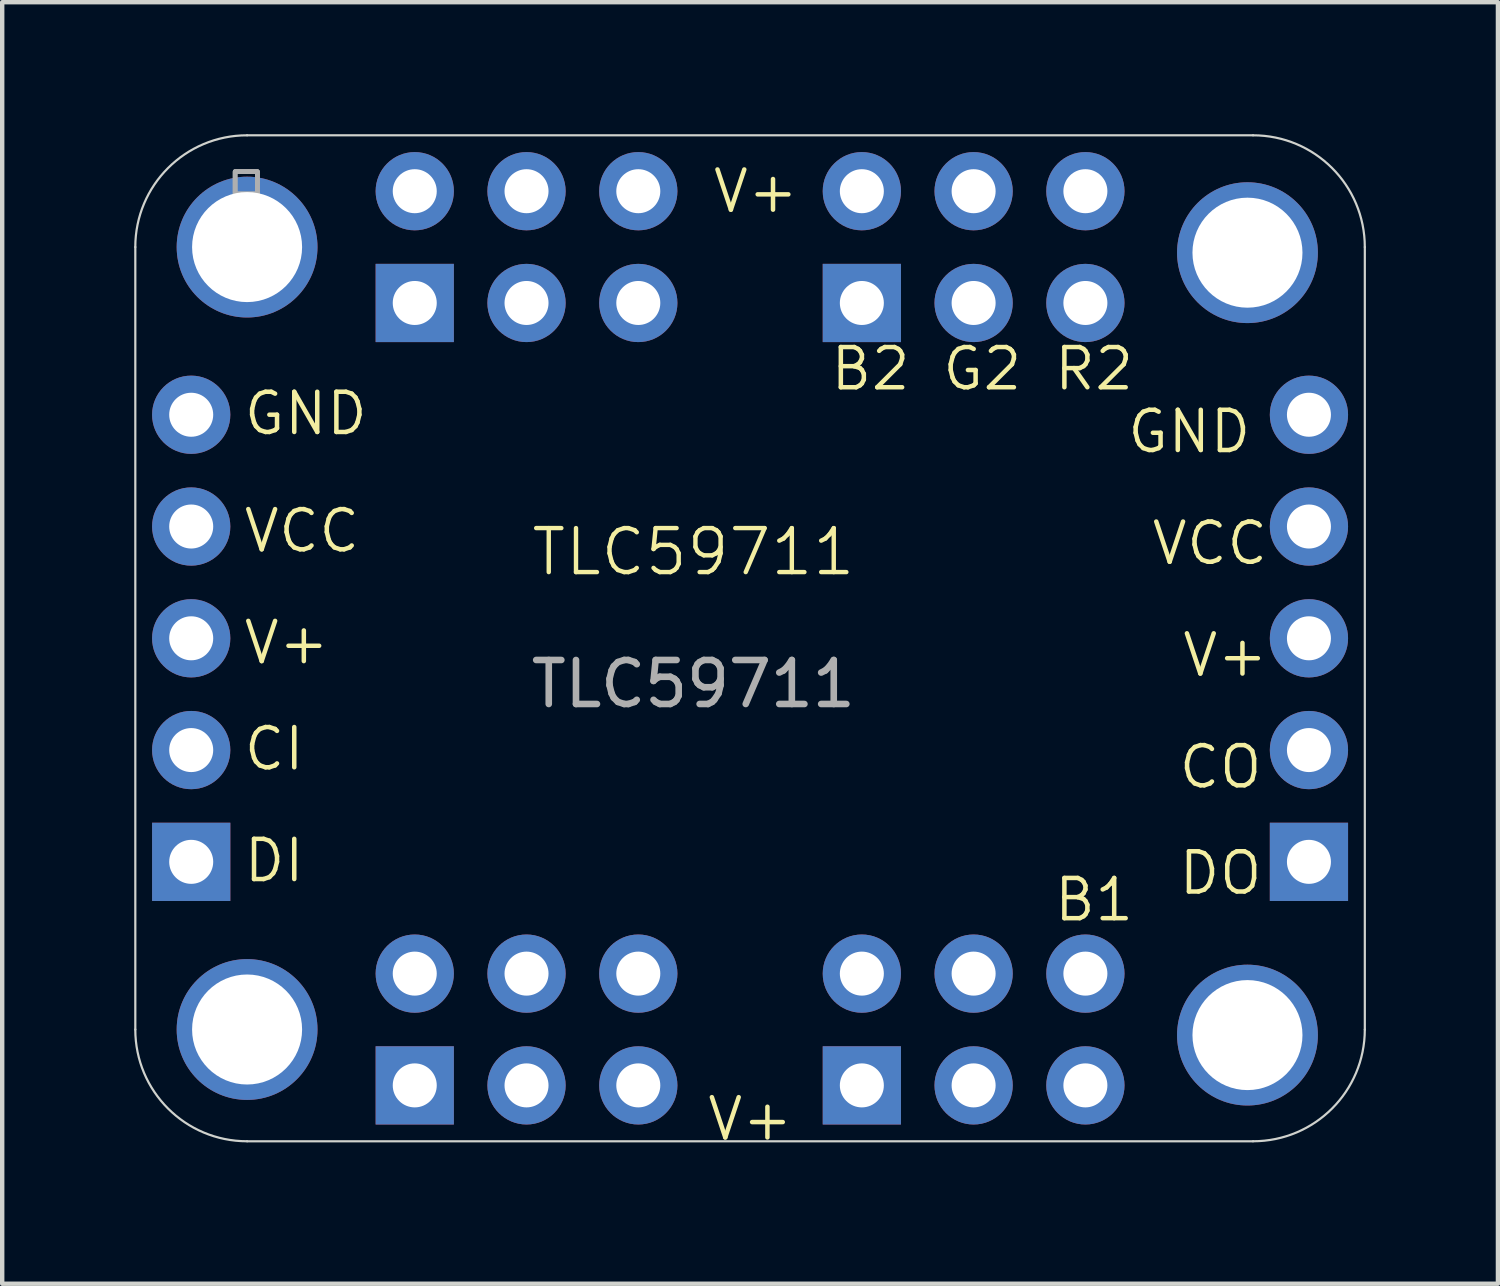
<source format=kicad_pcb>
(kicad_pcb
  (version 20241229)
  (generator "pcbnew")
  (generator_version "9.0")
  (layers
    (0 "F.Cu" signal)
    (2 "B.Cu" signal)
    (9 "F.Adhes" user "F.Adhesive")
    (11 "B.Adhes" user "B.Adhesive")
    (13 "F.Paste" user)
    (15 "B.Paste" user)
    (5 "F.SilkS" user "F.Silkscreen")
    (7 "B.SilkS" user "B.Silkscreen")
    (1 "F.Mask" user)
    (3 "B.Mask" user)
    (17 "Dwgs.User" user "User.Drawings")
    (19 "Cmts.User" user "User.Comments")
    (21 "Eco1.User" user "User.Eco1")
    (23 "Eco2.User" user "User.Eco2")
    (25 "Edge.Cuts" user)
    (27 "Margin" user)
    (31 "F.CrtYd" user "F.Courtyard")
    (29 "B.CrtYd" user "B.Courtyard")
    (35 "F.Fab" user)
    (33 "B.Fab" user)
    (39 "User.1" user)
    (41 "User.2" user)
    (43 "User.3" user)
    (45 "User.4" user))
  (footprint "TLC59711"
    (layer "F.Cu")
    (at 12.706 9.993)
    (property "Reference" "TLC59711" (at 0 -0.5 0) (unlocked yes) (layer "F.SilkS") (effects (font (size 1 1) (thickness 0.1))))
    (attr smd)
    (fp_line (start -12.681 -7.428) (end -12.681 10.352) (stroke (width 0.05) (type solid)) (layer "Edge.Cuts"))
    (fp_line (start -10.141 12.892) (end 12.719 12.892) (stroke (width 0.05) (type solid)) (layer "Edge.Cuts"))
    (fp_line (start 12.719 -9.968) (end -10.141 -9.968) (stroke (width 0.05) (type solid)) (layer "Edge.Cuts"))
    (fp_line (start 15.259 10.352) (end 15.259 -7.428) (stroke (width 0.05) (type solid)) (layer "Edge.Cuts"))
    (fp_arc (start -12.681448 -7.428311) (mid -11.937499 -9.224362) (end -10.141448 -9.968311) (stroke (width 0.05) (type solid)) (layer "Edge.Cuts"))
    (fp_arc (start -10.141448 12.891689) (mid -11.937499 12.14774) (end -12.681448 10.351689) (stroke (width 0.05) (type solid)) (layer "Edge.Cuts"))
    (fp_arc (start 12.718552 -9.968311) (mid 14.514602 -9.224362) (end 15.258552 -7.428311) (stroke (width 0.05) (type solid)) (layer "Edge.Cuts"))
    (fp_arc (start 15.258552 10.351689) (mid 14.514604 12.147742) (end 12.718552 12.891689) (stroke (width 0.05) (type solid)) (layer "Edge.Cuts"))
    (fp_poly (pts (xy -10.414 -8.636) (xy -9.906 -8.636) (xy -9.906 -9.144) (xy -10.414 -9.144)) (stroke (width 0.1) (type default)) (fill no) (layer "F.Fab"))
    (fp_poly (pts (xy -10.414 -8.636) (xy -9.906 -8.636) (xy -9.906 -9.144) (xy -10.414 -9.144)) (stroke (width 0.1) (type default)) (fill no) (layer "F.Fab"))
    (fp_poly (pts (xy -10.414 -8.636) (xy -9.906 -8.636) (xy -9.906 -9.144) (xy -10.414 -9.144)) (stroke (width 0.1) (type default)) (fill no) (layer "F.Fab"))
    (fp_poly (pts (xy -10.414 -8.636) (xy -9.906 -8.636) (xy -9.906 -9.144) (xy -10.414 -9.144)) (stroke (width 0.1) (type default)) (fill no) (layer "F.Fab"))
    (fp_text user "DI" (at -10.268 7.05 0) (unlocked yes) (layer "F.SilkS") (effects (font (size 0.914 0.914) (thickness 0.102)) (justify left bottom)))
    (fp_text user "B2" (at 3.067 -4.126 0) (unlocked yes) (layer "F.SilkS") (effects (font (size 0.914 0.914) (thickness 0.102)) (justify left bottom)))
    (fp_text user "B1" (at 8.147 7.939 0) (unlocked yes) (layer "F.SilkS") (effects (font (size 0.914 0.914) (thickness 0.102)) (justify left bottom)))
    (fp_text user "V+" (at 0.267 12.921 0) (unlocked yes) (layer "F.SilkS") (effects (font (size 0.914 0.914) (thickness 0.102)) (justify left bottom)))
    (fp_text user "R2" (at 8.147 -4.126 0) (unlocked yes) (layer "F.SilkS") (effects (font (size 0.914 0.914) (thickness 0.102)) (justify left bottom)))
    (fp_text user "V+" (at -10.268 2.097 0) (unlocked yes) (layer "F.SilkS") (effects (font (size 0.914 0.914) (thickness 0.102)) (justify left bottom)))
    (fp_text user "GND" (at 9.81 -2.7 0) (unlocked yes) (layer "F.SilkS") (effects (font (size 0.914 0.914) (thickness 0.102)) (justify left bottom)))
    (fp_text user "VCC" (at 10.365 -0.16 0) (unlocked yes) (layer "F.SilkS") (effects (font (size 0.914 0.914) (thickness 0.102)) (justify left bottom)))
    (fp_text user "DO" (at 10.978 7.333 0) (unlocked yes) (layer "F.SilkS") (effects (font (size 0.914 0.914) (thickness 0.102)) (justify left bottom)))
    (fp_text user "CO" (at 10.978 4.92 0) (unlocked yes) (layer "F.SilkS") (effects (font (size 0.914 0.914) (thickness 0.102)) (justify left bottom)))
    (fp_text user "CI" (at -10.268 4.51 0) (unlocked yes) (layer "F.SilkS") (effects (font (size 0.914 0.914) (thickness 0.102)) (justify left bottom)))
    (fp_text user "V+" (at 11.062 2.38 0) (unlocked yes) (layer "F.SilkS") (effects (font (size 0.914 0.914) (thickness 0.102)) (justify left bottom)))
    (fp_text user "G2" (at 5.607 -4.126 0) (unlocked yes) (layer "F.SilkS") (effects (font (size 0.914 0.914) (thickness 0.102)) (justify left bottom)))
    (fp_text user "V+" (at 0.394 -8.161 0) (unlocked yes) (layer "F.SilkS") (effects (font (size 0.914 0.914) (thickness 0.102)) (justify left bottom)))
    (fp_text user "VCC" (at -10.268 -0.443 0) (unlocked yes) (layer "F.SilkS") (effects (font (size 0.914 0.914) (thickness 0.102)) (justify left bottom)))
    (fp_text user "GND" (at -10.268 -3.11 0) (unlocked yes) (layer "F.SilkS") (effects (font (size 0.914 0.914) (thickness 0.102)) (justify left bottom)))
    (fp_text user "${REFERENCE}" (at 0 2.5 0) (unlocked yes) (layer "F.Fab") (effects (font (size 1 1) (thickness 0.15))))
    (pad "JP2_1" thru_hole rect (at -6.331 11.622 90) (size 1.778 1.778) (drill 1) (layers "*.Cu" "*.Mask"))
    (pad "JP2_2" thru_hole circle (at -6.331 9.082 90) (size 1.778 1.778) (drill 1) (layers "*.Cu" "*.Mask"))
    (pad "JP2_3" thru_hole circle (at -3.791 11.622 90) (size 1.778 1.778) (drill 1) (layers "*.Cu" "*.Mask"))
    (pad "JP2_4" thru_hole circle (at -3.791 9.082 90) (size 1.778 1.778) (drill 1) (layers "*.Cu" "*.Mask"))
    (pad "JP2_5" thru_hole circle (at -1.251 11.622 90) (size 1.778 1.778) (drill 1) (layers "*.Cu" "*.Mask"))
    (pad "JP2_6" thru_hole circle (at -1.251 9.082 90) (size 1.778 1.778) (drill 1) (layers "*.Cu" "*.Mask"))
    (pad "JP3_1" thru_hole rect (at 3.829 11.622 90) (size 1.778 1.778) (drill 1) (layers "*.Cu" "*.Mask"))
    (pad "JP3_2" thru_hole circle (at 3.829 9.082 90) (size 1.778 1.778) (drill 1) (layers "*.Cu" "*.Mask"))
    (pad "JP3_3" thru_hole circle (at 6.369 11.622 90) (size 1.778 1.778) (drill 1) (layers "*.Cu" "*.Mask"))
    (pad "JP3_4" thru_hole circle (at 6.369 9.082 90) (size 1.778 1.778) (drill 1) (layers "*.Cu" "*.Mask"))
    (pad "JP3_5" thru_hole circle (at 8.909 11.622 90) (size 1.778 1.778) (drill 1) (layers "*.Cu" "*.Mask"))
    (pad "JP3_6" thru_hole circle (at 8.909 9.082 90) (size 1.778 1.778) (drill 1) (layers "*.Cu" "*.Mask"))
    (pad "JP6_1" thru_hole rect (at -6.331 -6.158 90) (size 1.778 1.778) (drill 1) (layers "*.Cu" "*.Mask"))
    (pad "JP6_2" thru_hole circle (at -6.331 -8.698 90) (size 1.778 1.778) (drill 1) (layers "*.Cu" "*.Mask"))
    (pad "JP6_3" thru_hole circle (at -3.791 -6.158 90) (size 1.778 1.778) (drill 1) (layers "*.Cu" "*.Mask"))
    (pad "JP6_4" thru_hole circle (at -3.791 -8.698 90) (size 1.778 1.778) (drill 1) (layers "*.Cu" "*.Mask"))
    (pad "JP6_5" thru_hole circle (at -1.251 -6.158 90) (size 1.778 1.778) (drill 1) (layers "*.Cu" "*.Mask"))
    (pad "JP6_6" thru_hole circle (at -1.251 -8.698 90) (size 1.778 1.778) (drill 1) (layers "*.Cu" "*.Mask"))
    (pad "JP7_1" thru_hole rect (at 3.829 -6.158 90) (size 1.778 1.778) (drill 1) (layers "*.Cu" "*.Mask"))
    (pad "JP7_2" thru_hole circle (at 3.829 -8.698 90) (size 1.778 1.778) (drill 1) (layers "*.Cu" "*.Mask"))
    (pad "JP7_3" thru_hole circle (at 6.369 -6.158 90) (size 1.778 1.778) (drill 1) (layers "*.Cu" "*.Mask"))
    (pad "JP7_4" thru_hole circle (at 6.369 -8.698 90) (size 1.778 1.778) (drill 1) (layers "*.Cu" "*.Mask"))
    (pad "JP7_5" thru_hole circle (at 8.909 -6.158 90) (size 1.778 1.778) (drill 1) (layers "*.Cu" "*.Mask"))
    (pad "JP7_6" thru_hole circle (at 8.909 -8.698 90) (size 1.778 1.778) (drill 1) (layers "*.Cu" "*.Mask"))
    (pad "L1" thru_hole rect (at -11.411 6.542 180) (size 1.778 1.778) (drill 1) (layers "*.Cu" "*.Mask"))
    (pad "L2" thru_hole circle (at -11.411 4.002 180) (size 1.778 1.778) (drill 1) (layers "*.Cu" "*.Mask"))
    (pad "L3" thru_hole circle (at -11.411 1.462 180) (size 1.778 1.778) (drill 1) (layers "*.Cu" "*.Mask"))
    (pad "L4" thru_hole circle (at -11.411 -1.078 180) (size 1.778 1.778) (drill 1) (layers "*.Cu" "*.Mask"))
    (pad "L5" thru_hole circle (at -11.411 -3.618 180) (size 1.778 1.778) (drill 1) (layers "*.Cu" "*.Mask"))
    (pad "P$1" thru_hole circle (at -10.141 -7.428) (size 3.2 3.2) (drill 2.5) (layers "*.Cu" "*.Mask"))
    (pad "P$1" thru_hole circle (at -10.141 10.352) (size 3.2 3.2) (drill 2.5) (layers "*.Cu" "*.Mask"))
    (pad "P$1" thru_hole circle (at 12.592 -7.301) (size 3.2 3.2) (drill 2.5) (layers "*.Cu" "*.Mask"))
    (pad "P$1" thru_hole circle (at 12.592 10.479) (size 3.2 3.2) (drill 2.5) (layers "*.Cu" "*.Mask"))
    (pad "R1" thru_hole rect (at 13.989 6.542 180) (size 1.778 1.778) (drill 1) (layers "*.Cu" "*.Mask"))
    (pad "R2" thru_hole circle (at 13.989 4.002 180) (size 1.778 1.778) (drill 1) (layers "*.Cu" "*.Mask"))
    (pad "R3" thru_hole circle (at 13.989 1.462 180) (size 1.778 1.778) (drill 1) (layers "*.Cu" "*.Mask"))
    (pad "R4" thru_hole circle (at 13.989 -1.078 180) (size 1.778 1.778) (drill 1) (layers "*.Cu" "*.Mask"))
    (pad "R5" thru_hole circle (at 13.989 -3.618 180) (size 1.778 1.778) (drill 1) (layers "*.Cu" "*.Mask"))
    (zone (net_name "") (layer "F.Cu") (hatch edge 0.5) (connect_pads) (min_thickness 0.25) (filled_areas_thickness no) (keepout (tracks not_allowed) (vias not_allowed) (pads not_allowed) (copperpour not_allowed) (footprints allowed)) (placement (enabled no)) (fill) (polygon (pts (xy 4.581 2.565) (xy 4.561 2.284) (xy 4.503 2.009) (xy 4.407 1.745) (xy 4.275 1.497) (xy 4.109 1.269) (xy 3.914 1.067) (xy 3.692 0.894) (xy 3.449 0.753) (xy 3.188 0.648) (xy 2.915 0.58) (xy 2.635 0.55) (xy 2.354 0.56) (xy 2.077 0.609) (xy 1.81 0.696) (xy 1.557 0.819) (xy 1.324 0.976) (xy 1.115 1.165) (xy 0.934 1.38) (xy 0.785 1.619) (xy 0.671 1.875) (xy 0.593 2.146) (xy 0.554 2.424) (xy 0.554 2.706) (xy 0.593 2.984) (xy 0.671 3.255) (xy 0.785 3.511) (xy 0.934 3.75) (xy 1.115 3.965) (xy 1.324 4.154) (xy 1.557 4.311) (xy 1.81 4.434) (xy 2.077 4.521) (xy 2.354 4.57) (xy 2.635 4.58) (xy 2.915 4.55) (xy 3.188 4.482) (xy 3.449 4.377) (xy 3.692 4.236) (xy 3.914 4.063) (xy 4.109 3.861) (xy 4.275 3.633) (xy 4.407 3.385) (xy 4.503 3.121) (xy 4.561 2.846))) (polygon (pts (xy 2.549 2.565) (xy 2.554 2.576) (xy 2.565 2.581) (xy 2.576 2.576) (xy 2.581 2.565) (xy 2.576 2.554) (xy 2.565 2.549) (xy 2.554 2.554))))
    (zone (net_name "") (layer "F.Cu") (hatch edge 0.5) (connect_pads) (min_thickness 0.25) (filled_areas_thickness no) (keepout (tracks not_allowed) (vias not_allowed) (pads not_allowed) (copperpour not_allowed) (footprints allowed)) (placement (enabled no)) (fill) (polygon (pts (xy 4.581 20.345) (xy 4.561 20.064) (xy 4.503 19.789) (xy 4.407 19.525) (xy 4.275 19.277) (xy 4.109 19.049) (xy 3.914 18.847) (xy 3.692 18.674) (xy 3.449 18.533) (xy 3.188 18.428) (xy 2.915 18.36) (xy 2.635 18.33) (xy 2.354 18.34) (xy 2.077 18.389) (xy 1.81 18.476) (xy 1.557 18.599) (xy 1.324 18.756) (xy 1.115 18.945) (xy 0.934 19.16) (xy 0.785 19.399) (xy 0.671 19.655) (xy 0.593 19.926) (xy 0.554 20.204) (xy 0.554 20.486) (xy 0.593 20.764) (xy 0.671 21.035) (xy 0.785 21.291) (xy 0.934 21.53) (xy 1.115 21.745) (xy 1.324 21.934) (xy 1.557 22.091) (xy 1.81 22.214) (xy 2.077 22.301) (xy 2.354 22.35) (xy 2.635 22.36) (xy 2.915 22.33) (xy 3.188 22.262) (xy 3.449 22.157) (xy 3.692 22.016) (xy 3.914 21.843) (xy 4.109 21.641) (xy 4.275 21.413) (xy 4.407 21.165) (xy 4.503 20.901) (xy 4.561 20.626))) (polygon (pts (xy 2.549 20.345) (xy 2.554 20.356) (xy 2.565 20.361) (xy 2.576 20.356) (xy 2.581 20.345) (xy 2.576 20.334) (xy 2.565 20.329) (xy 2.554 20.334))))
    (zone (net_name "") (layer "F.Cu") (hatch edge 0.5) (connect_pads) (min_thickness 0.25) (filled_areas_thickness no) (keepout (tracks not_allowed) (vias not_allowed) (pads not_allowed) (copperpour not_allowed) (footprints allowed)) (placement (enabled no)) (fill) (polygon (pts (xy 27.314 2.692) (xy 27.294 2.411) (xy 27.236 2.136) (xy 27.14 1.872) (xy 27.008 1.624) (xy 26.842 1.396) (xy 26.647 1.194) (xy 26.425 1.021) (xy 26.182 0.88) (xy 25.921 0.775) (xy 25.648 0.707) (xy 25.368 0.677) (xy 25.087 0.687) (xy 24.81 0.736) (xy 24.543 0.823) (xy 24.29 0.946) (xy 24.057 1.103) (xy 23.848 1.292) (xy 23.667 1.507) (xy 23.518 1.746) (xy 23.404 2.002) (xy 23.326 2.273) (xy 23.287 2.551) (xy 23.287 2.833) (xy 23.326 3.111) (xy 23.404 3.382) (xy 23.518 3.638) (xy 23.667 3.877) (xy 23.848 4.092) (xy 24.057 4.281) (xy 24.29 4.438) (xy 24.543 4.561) (xy 24.81 4.648) (xy 25.087 4.697) (xy 25.368 4.707) (xy 25.648 4.677) (xy 25.921 4.609) (xy 26.182 4.504) (xy 26.425 4.363) (xy 26.647 4.19) (xy 26.842 3.988) (xy 27.008 3.76) (xy 27.14 3.512) (xy 27.236 3.248) (xy 27.294 2.973))) (polygon (pts (xy 25.282 2.692) (xy 25.287 2.703) (xy 25.298 2.708) (xy 25.309 2.703) (xy 25.314 2.692) (xy 25.309 2.681) (xy 25.298 2.676) (xy 25.287 2.681))))
    (zone (net_name "") (layer "F.Cu") (hatch edge 0.5) (connect_pads) (min_thickness 0.25) (filled_areas_thickness no) (keepout (tracks not_allowed) (vias not_allowed) (pads not_allowed) (copperpour not_allowed) (footprints allowed)) (placement (enabled no)) (fill) (polygon (pts (xy 27.314 20.472) (xy 27.294 20.191) (xy 27.236 19.916) (xy 27.14 19.652) (xy 27.008 19.404) (xy 26.842 19.176) (xy 26.647 18.974) (xy 26.425 18.801) (xy 26.182 18.66) (xy 25.921 18.555) (xy 25.648 18.487) (xy 25.368 18.457) (xy 25.087 18.467) (xy 24.81 18.516) (xy 24.543 18.603) (xy 24.29 18.726) (xy 24.057 18.883) (xy 23.848 19.072) (xy 23.667 19.287) (xy 23.518 19.526) (xy 23.404 19.782) (xy 23.326 20.053) (xy 23.287 20.331) (xy 23.287 20.613) (xy 23.326 20.891) (xy 23.404 21.162) (xy 23.518 21.418) (xy 23.667 21.657) (xy 23.848 21.872) (xy 24.057 22.061) (xy 24.29 22.218) (xy 24.543 22.341) (xy 24.81 22.428) (xy 25.087 22.477) (xy 25.368 22.487) (xy 25.648 22.457) (xy 25.921 22.389) (xy 26.182 22.284) (xy 26.425 22.143) (xy 26.647 21.97) (xy 26.842 21.768) (xy 27.008 21.54) (xy 27.14 21.292) (xy 27.236 21.028) (xy 27.294 20.753))) (polygon (pts (xy 25.282 20.472) (xy 25.287 20.483) (xy 25.298 20.488) (xy 25.309 20.483) (xy 25.314 20.472) (xy 25.309 20.461) (xy 25.298 20.456) (xy 25.287 20.461))))
    (zone (net_name "") (layer "B.Cu") (hatch edge 0.5) (connect_pads) (min_thickness 0.25) (filled_areas_thickness no) (keepout (tracks not_allowed) (vias not_allowed) (pads not_allowed) (copperpour not_allowed) (footprints allowed)) (placement (enabled no)) (fill) (polygon (pts (xy 4.581 2.565) (xy 4.561 2.284) (xy 4.503 2.009) (xy 4.407 1.745) (xy 4.275 1.497) (xy 4.109 1.269) (xy 3.914 1.067) (xy 3.692 0.894) (xy 3.449 0.753) (xy 3.188 0.648) (xy 2.915 0.58) (xy 2.635 0.55) (xy 2.354 0.56) (xy 2.077 0.609) (xy 1.81 0.696) (xy 1.557 0.819) (xy 1.324 0.976) (xy 1.115 1.165) (xy 0.934 1.38) (xy 0.785 1.619) (xy 0.671 1.875) (xy 0.593 2.146) (xy 0.554 2.424) (xy 0.554 2.706) (xy 0.593 2.984) (xy 0.671 3.255) (xy 0.785 3.511) (xy 0.934 3.75) (xy 1.115 3.965) (xy 1.324 4.154) (xy 1.557 4.311) (xy 1.81 4.434) (xy 2.077 4.521) (xy 2.354 4.57) (xy 2.635 4.58) (xy 2.915 4.55) (xy 3.188 4.482) (xy 3.449 4.377) (xy 3.692 4.236) (xy 3.914 4.063) (xy 4.109 3.861) (xy 4.275 3.633) (xy 4.407 3.385) (xy 4.503 3.121) (xy 4.561 2.846))) (polygon (pts (xy 2.549 2.565) (xy 2.554 2.576) (xy 2.565 2.581) (xy 2.576 2.576) (xy 2.581 2.565) (xy 2.576 2.554) (xy 2.565 2.549) (xy 2.554 2.554))))
    (zone (net_name "") (layer "B.Cu") (hatch edge 0.5) (connect_pads) (min_thickness 0.25) (filled_areas_thickness no) (keepout (tracks not_allowed) (vias not_allowed) (pads not_allowed) (copperpour not_allowed) (footprints allowed)) (placement (enabled no)) (fill) (polygon (pts (xy 4.581 20.345) (xy 4.561 20.064) (xy 4.503 19.789) (xy 4.407 19.525) (xy 4.275 19.277) (xy 4.109 19.049) (xy 3.914 18.847) (xy 3.692 18.674) (xy 3.449 18.533) (xy 3.188 18.428) (xy 2.915 18.36) (xy 2.635 18.33) (xy 2.354 18.34) (xy 2.077 18.389) (xy 1.81 18.476) (xy 1.557 18.599) (xy 1.324 18.756) (xy 1.115 18.945) (xy 0.934 19.16) (xy 0.785 19.399) (xy 0.671 19.655) (xy 0.593 19.926) (xy 0.554 20.204) (xy 0.554 20.486) (xy 0.593 20.764) (xy 0.671 21.035) (xy 0.785 21.291) (xy 0.934 21.53) (xy 1.115 21.745) (xy 1.324 21.934) (xy 1.557 22.091) (xy 1.81 22.214) (xy 2.077 22.301) (xy 2.354 22.35) (xy 2.635 22.36) (xy 2.915 22.33) (xy 3.188 22.262) (xy 3.449 22.157) (xy 3.692 22.016) (xy 3.914 21.843) (xy 4.109 21.641) (xy 4.275 21.413) (xy 4.407 21.165) (xy 4.503 20.901) (xy 4.561 20.626))) (polygon (pts (xy 2.549 20.345) (xy 2.554 20.356) (xy 2.565 20.361) (xy 2.576 20.356) (xy 2.581 20.345) (xy 2.576 20.334) (xy 2.565 20.329) (xy 2.554 20.334))))
    (zone (net_name "") (layer "B.Cu") (hatch edge 0.5) (connect_pads) (min_thickness 0.25) (filled_areas_thickness no) (keepout (tracks not_allowed) (vias not_allowed) (pads not_allowed) (copperpour not_allowed) (footprints allowed)) (placement (enabled no)) (fill) (polygon (pts (xy 27.314 2.692) (xy 27.294 2.411) (xy 27.236 2.136) (xy 27.14 1.872) (xy 27.008 1.624) (xy 26.842 1.396) (xy 26.647 1.194) (xy 26.425 1.021) (xy 26.182 0.88) (xy 25.921 0.775) (xy 25.648 0.707) (xy 25.368 0.677) (xy 25.087 0.687) (xy 24.81 0.736) (xy 24.543 0.823) (xy 24.29 0.946) (xy 24.057 1.103) (xy 23.848 1.292) (xy 23.667 1.507) (xy 23.518 1.746) (xy 23.404 2.002) (xy 23.326 2.273) (xy 23.287 2.551) (xy 23.287 2.833) (xy 23.326 3.111) (xy 23.404 3.382) (xy 23.518 3.638) (xy 23.667 3.877) (xy 23.848 4.092) (xy 24.057 4.281) (xy 24.29 4.438) (xy 24.543 4.561) (xy 24.81 4.648) (xy 25.087 4.697) (xy 25.368 4.707) (xy 25.648 4.677) (xy 25.921 4.609) (xy 26.182 4.504) (xy 26.425 4.363) (xy 26.647 4.19) (xy 26.842 3.988) (xy 27.008 3.76) (xy 27.14 3.512) (xy 27.236 3.248) (xy 27.294 2.973))) (polygon (pts (xy 25.282 2.692) (xy 25.287 2.703) (xy 25.298 2.708) (xy 25.309 2.703) (xy 25.314 2.692) (xy 25.309 2.681) (xy 25.298 2.676) (xy 25.287 2.681))))
    (zone (net_name "") (layer "B.Cu") (hatch edge 0.5) (connect_pads) (min_thickness 0.25) (filled_areas_thickness no) (keepout (tracks not_allowed) (vias not_allowed) (pads not_allowed) (copperpour not_allowed) (footprints allowed)) (placement (enabled no)) (fill) (polygon (pts (xy 27.314 20.472) (xy 27.294 20.191) (xy 27.236 19.916) (xy 27.14 19.652) (xy 27.008 19.404) (xy 26.842 19.176) (xy 26.647 18.974) (xy 26.425 18.801) (xy 26.182 18.66) (xy 25.921 18.555) (xy 25.648 18.487) (xy 25.368 18.457) (xy 25.087 18.467) (xy 24.81 18.516) (xy 24.543 18.603) (xy 24.29 18.726) (xy 24.057 18.883) (xy 23.848 19.072) (xy 23.667 19.287) (xy 23.518 19.526) (xy 23.404 19.782) (xy 23.326 20.053) (xy 23.287 20.331) (xy 23.287 20.613) (xy 23.326 20.891) (xy 23.404 21.162) (xy 23.518 21.418) (xy 23.667 21.657) (xy 23.848 21.872) (xy 24.057 22.061) (xy 24.29 22.218) (xy 24.543 22.341) (xy 24.81 22.428) (xy 25.087 22.477) (xy 25.368 22.487) (xy 25.648 22.457) (xy 25.921 22.389) (xy 26.182 22.284) (xy 26.425 22.143) (xy 26.647 21.97) (xy 26.842 21.768) (xy 27.008 21.54) (xy 27.14 21.292) (xy 27.236 21.028) (xy 27.294 20.753))) (polygon (pts (xy 25.282 20.472) (xy 25.287 20.483) (xy 25.298 20.488) (xy 25.309 20.483) (xy 25.314 20.472) (xy 25.309 20.461) (xy 25.298 20.456) (xy 25.287 20.461)))))
  (gr_rect
    (start -3 -3)
    (end 30.99 26.122)
    (stroke (width 0.1) (type default))
    (fill no)
    (layer "Edge.Cuts")))
</source>
